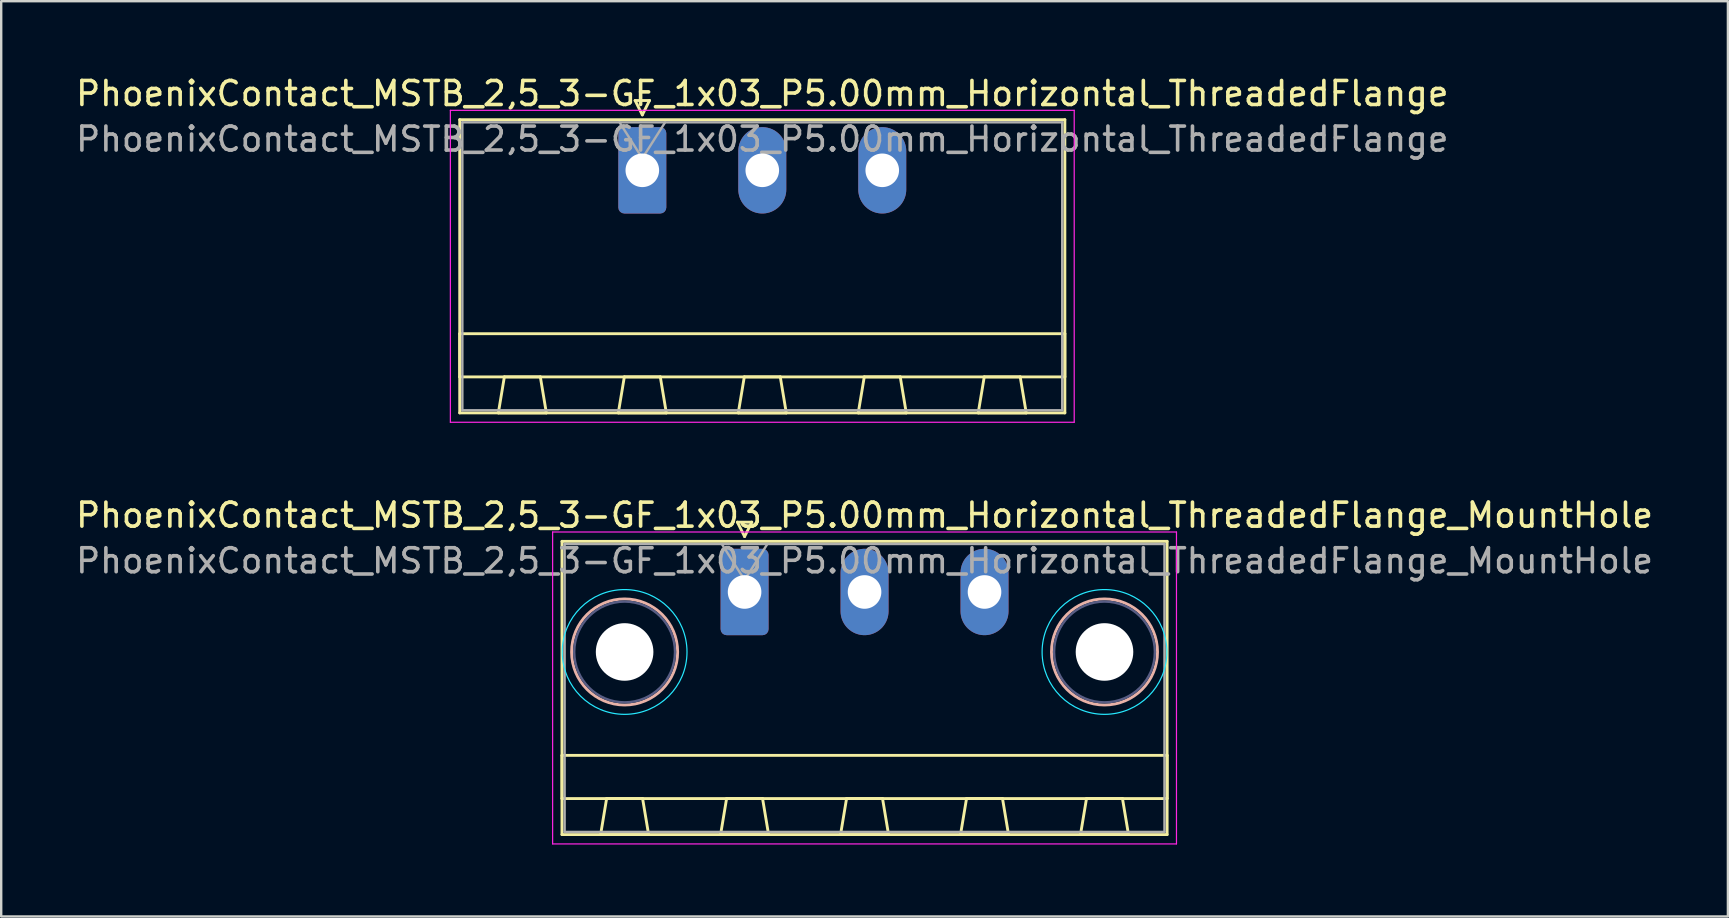
<source format=kicad_pcb>
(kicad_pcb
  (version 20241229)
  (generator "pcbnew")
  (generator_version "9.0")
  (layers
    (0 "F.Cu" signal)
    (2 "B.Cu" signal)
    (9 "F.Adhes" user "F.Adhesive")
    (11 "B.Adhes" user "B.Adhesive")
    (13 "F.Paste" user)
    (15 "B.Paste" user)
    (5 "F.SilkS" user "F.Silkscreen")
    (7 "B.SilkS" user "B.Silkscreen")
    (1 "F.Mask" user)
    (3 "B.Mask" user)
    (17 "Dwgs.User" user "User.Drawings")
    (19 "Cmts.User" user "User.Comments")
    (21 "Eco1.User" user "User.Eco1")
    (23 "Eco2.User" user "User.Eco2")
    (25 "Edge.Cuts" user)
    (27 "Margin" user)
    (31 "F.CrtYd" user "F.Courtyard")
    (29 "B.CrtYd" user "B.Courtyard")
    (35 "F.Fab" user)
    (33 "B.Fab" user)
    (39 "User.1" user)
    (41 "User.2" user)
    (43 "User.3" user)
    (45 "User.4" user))
  (footprint "PhoenixContact_MSTB_2,5_3-GF_1x03_P5.00mm_Horizontal_ThreadedFlange"
    (layer "F.Cu")
    (at 23.72 4.048)
    (property "Reference" "PhoenixContact_MSTB_2,5_3-GF_1x03_P5.00mm_Horizontal_ThreadedFlange" (at 5 -3.2 0) (layer "F.SilkS") (effects (font (size 1 1) (thickness 0.15))))
    (attr through_hole)
    (fp_line (start -7.61 -2.11) (end -7.61 10.11) (stroke (width 0.12) (type solid)) (layer "F.SilkS"))
    (fp_line (start -7.61 6.81) (end 17.61 6.81) (stroke (width 0.12) (type solid)) (layer "F.SilkS"))
    (fp_line (start -7.61 8.61) (end -7.61 6.81) (stroke (width 0.12) (type solid)) (layer "F.SilkS"))
    (fp_line (start -7.61 10.11) (end 17.61 10.11) (stroke (width 0.12) (type solid)) (layer "F.SilkS"))
    (fp_line (start -6 10.11) (end -4 10.11) (stroke (width 0.12) (type solid)) (layer "F.SilkS"))
    (fp_line (start -5.75 8.61) (end -6 10.11) (stroke (width 0.12) (type solid)) (layer "F.SilkS"))
    (fp_line (start -4.25 8.61) (end -5.75 8.61) (stroke (width 0.12) (type solid)) (layer "F.SilkS"))
    (fp_line (start -4 10.11) (end -4.25 8.61) (stroke (width 0.12) (type solid)) (layer "F.SilkS"))
    (fp_line (start -1 10.11) (end 1 10.11) (stroke (width 0.12) (type solid)) (layer "F.SilkS"))
    (fp_line (start -0.75 8.61) (end -1 10.11) (stroke (width 0.12) (type solid)) (layer "F.SilkS"))
    (fp_line (start -0.3 -2.91) (end 0.3 -2.91) (stroke (width 0.12) (type solid)) (layer "F.SilkS"))
    (fp_line (start 0 -2.31) (end -0.3 -2.91) (stroke (width 0.12) (type solid)) (layer "F.SilkS"))
    (fp_line (start 0.3 -2.91) (end 0 -2.31) (stroke (width 0.12) (type solid)) (layer "F.SilkS"))
    (fp_line (start 0.75 8.61) (end -0.75 8.61) (stroke (width 0.12) (type solid)) (layer "F.SilkS"))
    (fp_line (start 1 10.11) (end 0.75 8.61) (stroke (width 0.12) (type solid)) (layer "F.SilkS"))
    (fp_line (start 4 10.11) (end 6 10.11) (stroke (width 0.12) (type solid)) (layer "F.SilkS"))
    (fp_line (start 4.25 8.61) (end 4 10.11) (stroke (width 0.12) (type solid)) (layer "F.SilkS"))
    (fp_line (start 5.75 8.61) (end 4.25 8.61) (stroke (width 0.12) (type solid)) (layer "F.SilkS"))
    (fp_line (start 6 10.11) (end 5.75 8.61) (stroke (width 0.12) (type solid)) (layer "F.SilkS"))
    (fp_line (start 9 10.11) (end 11 10.11) (stroke (width 0.12) (type solid)) (layer "F.SilkS"))
    (fp_line (start 9.25 8.61) (end 9 10.11) (stroke (width 0.12) (type solid)) (layer "F.SilkS"))
    (fp_line (start 10.75 8.61) (end 9.25 8.61) (stroke (width 0.12) (type solid)) (layer "F.SilkS"))
    (fp_line (start 11 10.11) (end 10.75 8.61) (stroke (width 0.12) (type solid)) (layer "F.SilkS"))
    (fp_line (start 14 10.11) (end 16 10.11) (stroke (width 0.12) (type solid)) (layer "F.SilkS"))
    (fp_line (start 14.25 8.61) (end 14 10.11) (stroke (width 0.12) (type solid)) (layer "F.SilkS"))
    (fp_line (start 15.75 8.61) (end 14.25 8.61) (stroke (width 0.12) (type solid)) (layer "F.SilkS"))
    (fp_line (start 16 10.11) (end 15.75 8.61) (stroke (width 0.12) (type solid)) (layer "F.SilkS"))
    (fp_line (start 17.61 -2.11) (end -7.61 -2.11) (stroke (width 0.12) (type solid)) (layer "F.SilkS"))
    (fp_line (start 17.61 6.81) (end 17.61 8.61) (stroke (width 0.12) (type solid)) (layer "F.SilkS"))
    (fp_line (start 17.61 8.61) (end -7.61 8.61) (stroke (width 0.12) (type solid)) (layer "F.SilkS"))
    (fp_line (start 17.61 10.11) (end 17.61 -2.11) (stroke (width 0.12) (type solid)) (layer "F.SilkS"))
    (fp_line (start -8 -2.5) (end -8 10.5) (stroke (width 0.05) (type solid)) (layer "F.CrtYd"))
    (fp_line (start -8 10.5) (end 18 10.5) (stroke (width 0.05) (type solid)) (layer "F.CrtYd"))
    (fp_line (start 18 -2.5) (end -8 -2.5) (stroke (width 0.05) (type solid)) (layer "F.CrtYd"))
    (fp_line (start 18 10.5) (end 18 -2.5) (stroke (width 0.05) (type solid)) (layer "F.CrtYd"))
    (fp_line (start -7.5 -2) (end -7.5 10) (stroke (width 0.1) (type solid)) (layer "F.Fab"))
    (fp_line (start -7.5 10) (end 17.5 10) (stroke (width 0.1) (type solid)) (layer "F.Fab"))
    (fp_line (start 0 -0.5) (end -0.95 -2) (stroke (width 0.1) (type solid)) (layer "F.Fab"))
    (fp_line (start 0.95 -2) (end 0 -0.5) (stroke (width 0.1) (type solid)) (layer "F.Fab"))
    (fp_line (start 17.5 -2) (end -7.5 -2) (stroke (width 0.1) (type solid)) (layer "F.Fab"))
    (fp_line (start 17.5 10) (end 17.5 -2) (stroke (width 0.1) (type solid)) (layer "F.Fab"))
    (fp_text user "${REFERENCE}" (at 5 -1.3 0) (layer "F.Fab") (effects (font (size 1 1) (thickness 0.15))))
    (pad "1" thru_hole roundrect (at 0 0) (size 2 3.6) (drill 1.4) (layers "*.Cu" "*.Mask") (roundrect_rratio 0.125))
    (pad "2" thru_hole oval (at 5 0) (size 2 3.6) (drill 1.4) (layers "*.Cu" "*.Mask"))
    (pad "3" thru_hole oval (at 10 0) (size 2 3.6) (drill 1.4) (layers "*.Cu" "*.Mask")))
  (footprint "PhoenixContact_MSTB_2,5_3-GF_1x03_P5.00mm_Horizontal_ThreadedFlange_MountHole"
    (layer "F.Cu")
    (at 27.982 21.622)
    (property "Reference" "PhoenixContact_MSTB_2,5_3-GF_1x03_P5.00mm_Horizontal_ThreadedFlange_MountHole" (at 5 -3.2 0) (layer "F.SilkS") (effects (font (size 1 1) (thickness 0.15))))
    (attr through_hole)
    (fp_line (start -7.61 -2.11) (end -7.61 10.11) (stroke (width 0.12) (type solid)) (layer "F.SilkS"))
    (fp_line (start -7.61 6.81) (end 17.61 6.81) (stroke (width 0.12) (type solid)) (layer "F.SilkS"))
    (fp_line (start -7.61 8.61) (end -7.61 6.81) (stroke (width 0.12) (type solid)) (layer "F.SilkS"))
    (fp_line (start -7.61 10.11) (end 17.61 10.11) (stroke (width 0.12) (type solid)) (layer "F.SilkS"))
    (fp_line (start -6 10.11) (end -4 10.11) (stroke (width 0.12) (type solid)) (layer "F.SilkS"))
    (fp_line (start -5.75 8.61) (end -6 10.11) (stroke (width 0.12) (type solid)) (layer "F.SilkS"))
    (fp_line (start -4.25 8.61) (end -5.75 8.61) (stroke (width 0.12) (type solid)) (layer "F.SilkS"))
    (fp_line (start -4 10.11) (end -4.25 8.61) (stroke (width 0.12) (type solid)) (layer "F.SilkS"))
    (fp_line (start -1 10.11) (end 1 10.11) (stroke (width 0.12) (type solid)) (layer "F.SilkS"))
    (fp_line (start -0.75 8.61) (end -1 10.11) (stroke (width 0.12) (type solid)) (layer "F.SilkS"))
    (fp_line (start -0.3 -2.91) (end 0.3 -2.91) (stroke (width 0.12) (type solid)) (layer "F.SilkS"))
    (fp_line (start 0 -2.31) (end -0.3 -2.91) (stroke (width 0.12) (type solid)) (layer "F.SilkS"))
    (fp_line (start 0.3 -2.91) (end 0 -2.31) (stroke (width 0.12) (type solid)) (layer "F.SilkS"))
    (fp_line (start 0.75 8.61) (end -0.75 8.61) (stroke (width 0.12) (type solid)) (layer "F.SilkS"))
    (fp_line (start 1 10.11) (end 0.75 8.61) (stroke (width 0.12) (type solid)) (layer "F.SilkS"))
    (fp_line (start 4 10.11) (end 6 10.11) (stroke (width 0.12) (type solid)) (layer "F.SilkS"))
    (fp_line (start 4.25 8.61) (end 4 10.11) (stroke (width 0.12) (type solid)) (layer "F.SilkS"))
    (fp_line (start 5.75 8.61) (end 4.25 8.61) (stroke (width 0.12) (type solid)) (layer "F.SilkS"))
    (fp_line (start 6 10.11) (end 5.75 8.61) (stroke (width 0.12) (type solid)) (layer "F.SilkS"))
    (fp_line (start 9 10.11) (end 11 10.11) (stroke (width 0.12) (type solid)) (layer "F.SilkS"))
    (fp_line (start 9.25 8.61) (end 9 10.11) (stroke (width 0.12) (type solid)) (layer "F.SilkS"))
    (fp_line (start 10.75 8.61) (end 9.25 8.61) (stroke (width 0.12) (type solid)) (layer "F.SilkS"))
    (fp_line (start 11 10.11) (end 10.75 8.61) (stroke (width 0.12) (type solid)) (layer "F.SilkS"))
    (fp_line (start 14 10.11) (end 16 10.11) (stroke (width 0.12) (type solid)) (layer "F.SilkS"))
    (fp_line (start 14.25 8.61) (end 14 10.11) (stroke (width 0.12) (type solid)) (layer "F.SilkS"))
    (fp_line (start 15.75 8.61) (end 14.25 8.61) (stroke (width 0.12) (type solid)) (layer "F.SilkS"))
    (fp_line (start 16 10.11) (end 15.75 8.61) (stroke (width 0.12) (type solid)) (layer "F.SilkS"))
    (fp_line (start 17.61 -2.11) (end -7.61 -2.11) (stroke (width 0.12) (type solid)) (layer "F.SilkS"))
    (fp_line (start 17.61 6.81) (end 17.61 8.61) (stroke (width 0.12) (type solid)) (layer "F.SilkS"))
    (fp_line (start 17.61 8.61) (end -7.61 8.61) (stroke (width 0.12) (type solid)) (layer "F.SilkS"))
    (fp_line (start 17.61 10.11) (end 17.61 -2.11) (stroke (width 0.12) (type solid)) (layer "F.SilkS"))
    (fp_circle (center -5 2.5) (end -2.79 2.5) (stroke (width 0.12) (type solid)) (fill no) (layer "B.SilkS"))
    (fp_circle (center 15 2.5) (end 17.21 2.5) (stroke (width 0.12) (type solid)) (fill no) (layer "B.SilkS"))
    (fp_circle (center -5 2.5) (end -2.4 2.5) (stroke (width 0.05) (type solid)) (fill no) (layer "B.CrtYd"))
    (fp_circle (center 15 2.5) (end 17.6 2.5) (stroke (width 0.05) (type solid)) (fill no) (layer "B.CrtYd"))
    (fp_line (start -8 -2.5) (end -8 10.5) (stroke (width 0.05) (type solid)) (layer "F.CrtYd"))
    (fp_line (start -8 10.5) (end 18 10.5) (stroke (width 0.05) (type solid)) (layer "F.CrtYd"))
    (fp_line (start 18 -2.5) (end -8 -2.5) (stroke (width 0.05) (type solid)) (layer "F.CrtYd"))
    (fp_line (start 18 10.5) (end 18 -2.5) (stroke (width 0.05) (type solid)) (layer "F.CrtYd"))
    (fp_circle (center -5 2.5) (end -2.9 2.5) (stroke (width 0.1) (type solid)) (fill no) (layer "B.Fab"))
    (fp_circle (center 15 2.5) (end 17.1 2.5) (stroke (width 0.1) (type solid)) (fill no) (layer "B.Fab"))
    (fp_line (start -7.5 -2) (end -7.5 10) (stroke (width 0.1) (type solid)) (layer "F.Fab"))
    (fp_line (start -7.5 10) (end 17.5 10) (stroke (width 0.1) (type solid)) (layer "F.Fab"))
    (fp_line (start 0 -0.5) (end -0.95 -2) (stroke (width 0.1) (type solid)) (layer "F.Fab"))
    (fp_line (start 0.95 -2) (end 0 -0.5) (stroke (width 0.1) (type solid)) (layer "F.Fab"))
    (fp_line (start 17.5 -2) (end -7.5 -2) (stroke (width 0.1) (type solid)) (layer "F.Fab"))
    (fp_line (start 17.5 10) (end 17.5 -2) (stroke (width 0.1) (type solid)) (layer "F.Fab"))
    (fp_text user "${REFERENCE}" (at 5 -1.3 0) (layer "F.Fab") (effects (font (size 1 1) (thickness 0.15))))
    (pad "" np_thru_hole circle (at -5 2.5) (size 2.4 2.4) (drill 2.4) (layers "*.Cu" "*.Mask"))
    (pad "" np_thru_hole circle (at 15 2.5) (size 2.4 2.4) (drill 2.4) (layers "*.Cu" "*.Mask"))
    (pad "1" thru_hole roundrect (at 0 0) (size 2 3.6) (drill 1.4) (layers "*.Cu" "*.Mask") (roundrect_rratio 0.125))
    (pad "2" thru_hole oval (at 5 0) (size 2 3.6) (drill 1.4) (layers "*.Cu" "*.Mask"))
    (pad "3" thru_hole oval (at 10 0) (size 2 3.6) (drill 1.4) (layers "*.Cu" "*.Mask")))
  (gr_rect
    (start -3 -3)
    (end 68.964 35.147)
    (stroke (width 0.1) (type default))
    (fill no)
    (layer "Edge.Cuts")))
</source>
